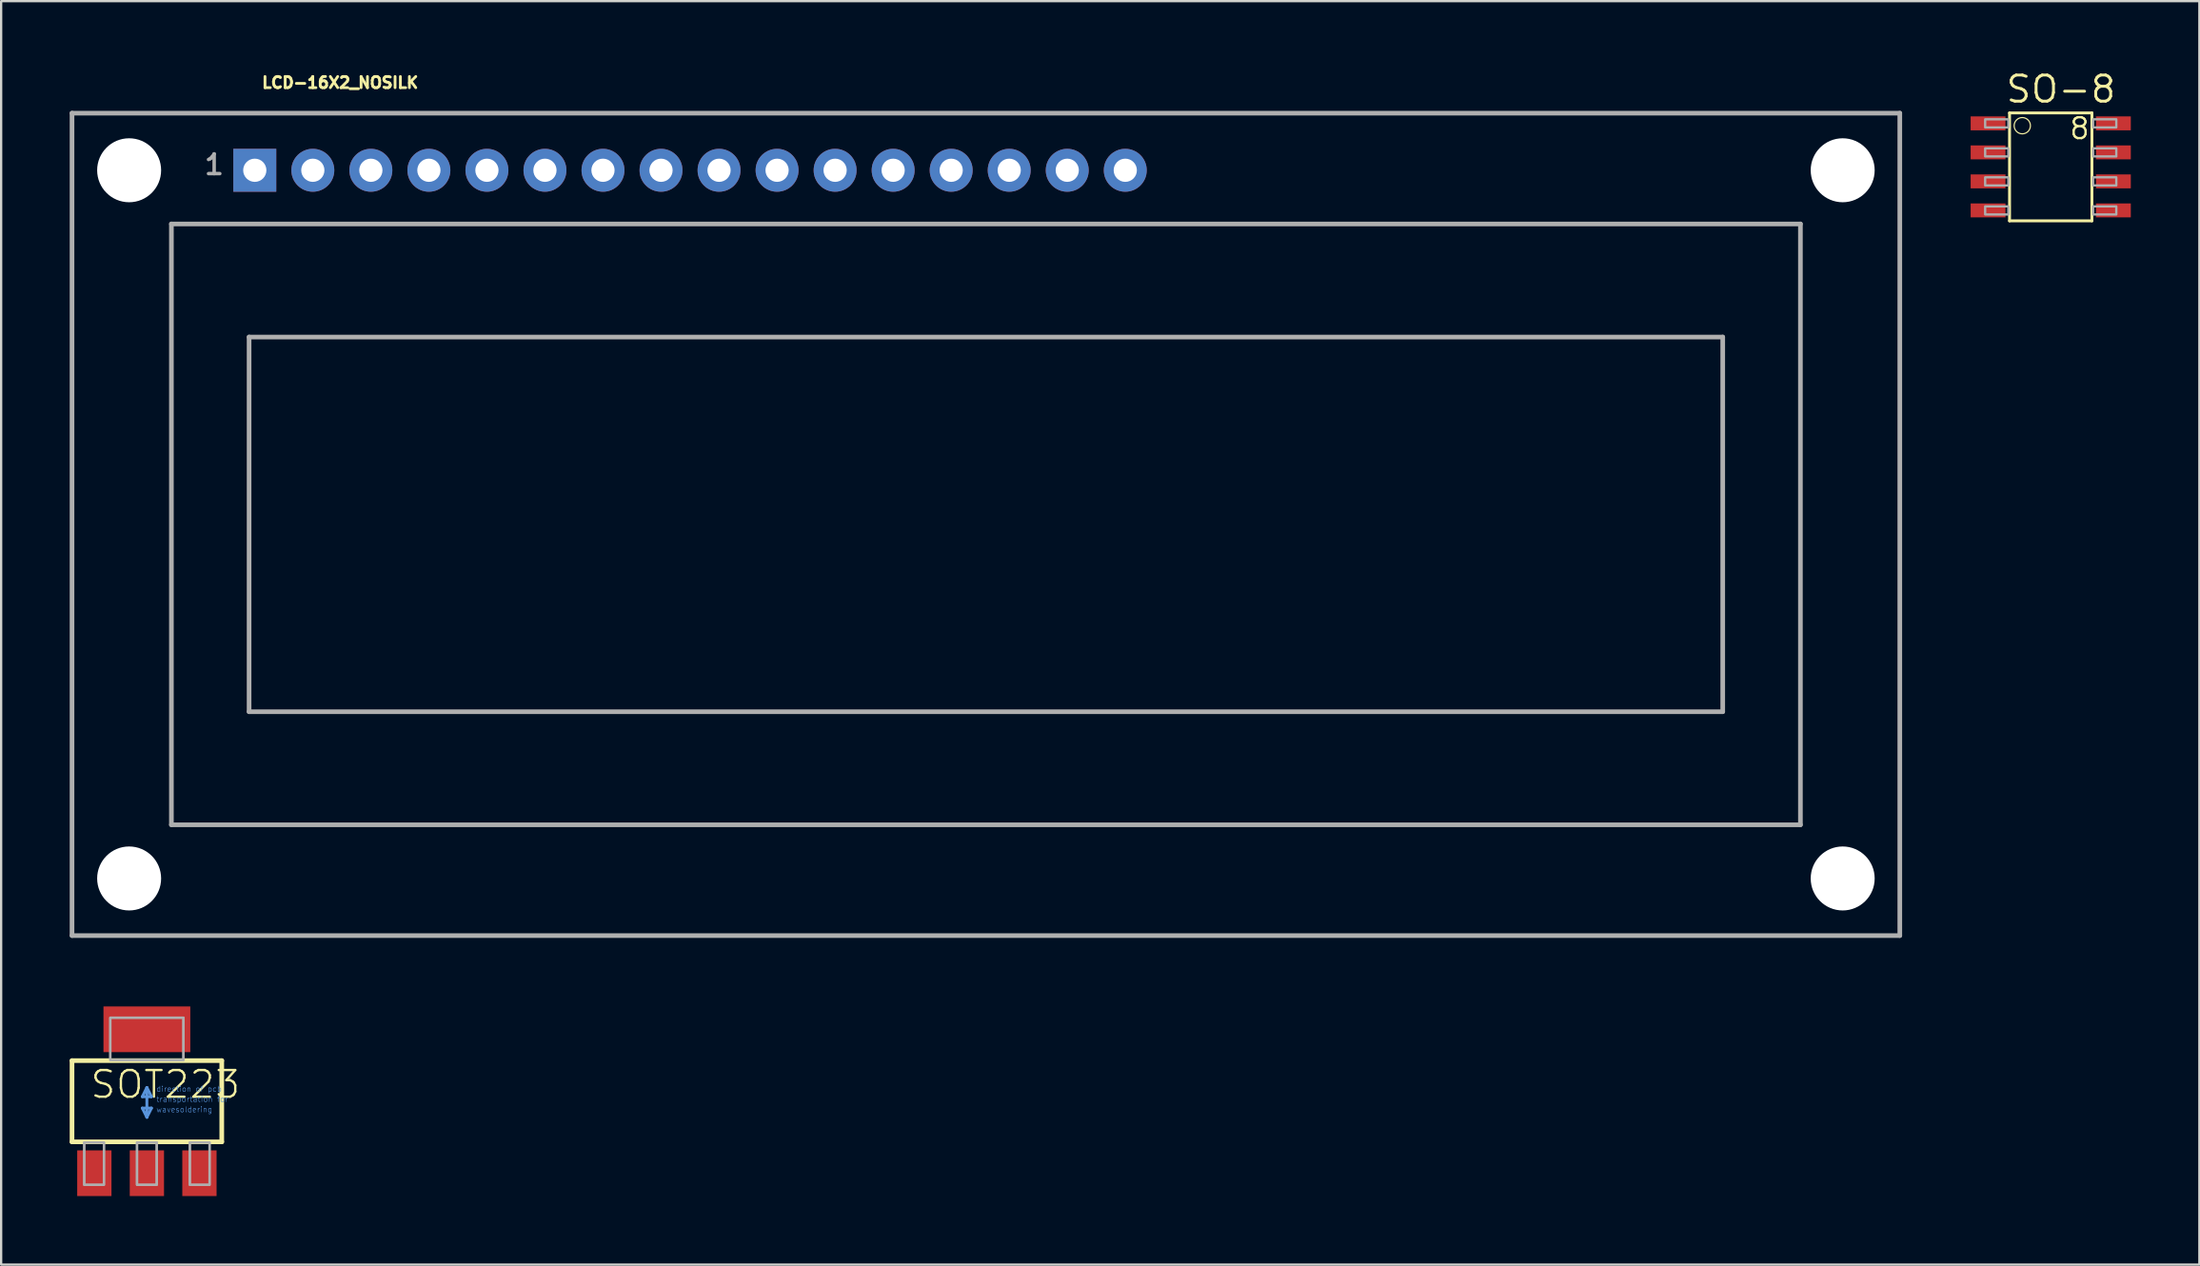
<source format=kicad_pcb>
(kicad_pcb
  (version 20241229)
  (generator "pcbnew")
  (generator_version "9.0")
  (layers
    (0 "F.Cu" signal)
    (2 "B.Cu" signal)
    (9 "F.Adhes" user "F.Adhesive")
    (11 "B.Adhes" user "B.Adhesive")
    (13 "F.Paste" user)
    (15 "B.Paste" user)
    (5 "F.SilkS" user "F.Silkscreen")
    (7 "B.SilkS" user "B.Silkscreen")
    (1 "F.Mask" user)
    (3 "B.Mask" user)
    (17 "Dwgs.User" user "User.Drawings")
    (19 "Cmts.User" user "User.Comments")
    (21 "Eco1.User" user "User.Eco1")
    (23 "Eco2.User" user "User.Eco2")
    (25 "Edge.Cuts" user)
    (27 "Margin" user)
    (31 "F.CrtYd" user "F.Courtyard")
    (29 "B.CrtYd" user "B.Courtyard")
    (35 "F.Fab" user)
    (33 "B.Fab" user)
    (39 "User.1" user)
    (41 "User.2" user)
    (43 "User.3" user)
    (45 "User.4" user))
  (footprint "SO-8"
    (layer "F.Cu")
    (at 86.708 4.255)
    (property "Reference" "SO-8" (at -2.032 -2.731 0) (layer "F.SilkS") (effects (font (size 1.143 1.143) (thickness 0.127)) (justify left bottom)))
    (fp_line (start -1.803 -2.362) (end -1.803 2.362) (stroke (width 0.127) (type solid)) (layer "F.SilkS"))
    (fp_line (start -1.803 2.362) (end 1.803 2.362) (stroke (width 0.127) (type solid)) (layer "F.SilkS"))
    (fp_line (start 1.803 -2.362) (end -1.803 -2.362) (stroke (width 0.127) (type solid)) (layer "F.SilkS"))
    (fp_line (start 1.803 2.362) (end 1.803 -2.362) (stroke (width 0.127) (type solid)) (layer "F.SilkS"))
    (fp_circle (center -1.245 -1.803) (end -0.889 -1.803) (stroke (width 0.051) (type solid)) (fill no) (layer "F.SilkS"))
    (fp_poly (pts (xy -2.87 -1.727) (xy -1.854 -1.727) (xy -1.854 -2.083) (xy -2.87 -2.083)) (stroke (width 0.1) (type default)) (fill no) (layer "F.Fab"))
    (fp_poly (pts (xy -2.87 -0.457) (xy -1.854 -0.457) (xy -1.854 -0.813) (xy -2.87 -0.813)) (stroke (width 0.1) (type default)) (fill no) (layer "F.Fab"))
    (fp_poly (pts (xy -2.87 0.813) (xy -1.854 0.813) (xy -1.854 0.457) (xy -2.87 0.457)) (stroke (width 0.1) (type default)) (fill no) (layer "F.Fab"))
    (fp_poly (pts (xy -2.87 2.083) (xy -1.854 2.083) (xy -1.854 1.727) (xy -2.87 1.727)) (stroke (width 0.1) (type default)) (fill no) (layer "F.Fab"))
    (fp_poly (pts (xy 1.854 -1.727) (xy 2.87 -1.727) (xy 2.87 -2.083) (xy 1.854 -2.083)) (stroke (width 0.1) (type default)) (fill no) (layer "F.Fab"))
    (fp_poly (pts (xy 1.854 -0.457) (xy 2.87 -0.457) (xy 2.87 -0.813) (xy 1.854 -0.813)) (stroke (width 0.1) (type default)) (fill no) (layer "F.Fab"))
    (fp_poly (pts (xy 1.854 0.813) (xy 2.87 0.813) (xy 2.87 0.457) (xy 1.854 0.457)) (stroke (width 0.1) (type default)) (fill no) (layer "F.Fab"))
    (fp_poly (pts (xy 1.854 2.083) (xy 2.87 2.083) (xy 2.87 1.727) (xy 1.854 1.727)) (stroke (width 0.1) (type default)) (fill no) (layer "F.Fab"))
    (fp_text user "8" (at 0.762 -1.143 0) (layer "F.SilkS") (effects (font (size 0.914 0.914) (thickness 0.102)) (justify left bottom)))
    (pad "1" smd rect (at -2.743 -1.905) (size 1.524 0.61) (layers "F.Cu" "F.Mask" "F.Paste"))
    (pad "2" smd rect (at -2.743 -0.635) (size 1.524 0.61) (layers "F.Cu" "F.Mask" "F.Paste"))
    (pad "3" smd rect (at -2.743 0.635) (size 1.524 0.61) (layers "F.Cu" "F.Mask" "F.Paste"))
    (pad "4" smd rect (at -2.743 1.905) (size 1.524 0.61) (layers "F.Cu" "F.Mask" "F.Paste"))
    (pad "5" smd rect (at 2.743 1.905) (size 1.524 0.61) (layers "F.Cu" "F.Mask" "F.Paste"))
    (pad "6" smd rect (at 2.743 0.635) (size 1.524 0.61) (layers "F.Cu" "F.Mask" "F.Paste"))
    (pad "7" smd rect (at 2.743 -0.635) (size 1.524 0.61) (layers "F.Cu" "F.Mask" "F.Paste"))
    (pad "8" smd rect (at 2.743 -1.905) (size 1.524 0.61) (layers "F.Cu" "F.Mask" "F.Paste")))
  (footprint "LCD-16X2_NOSILK"
    (layer "F.Cu")
    (at 40.102 19.903)
    (property "Reference" "LCD-16X2_NOSILK" (at -31.75 -19.05 0) (layer "F.SilkS") (effects (font (size 0.488 0.488) (thickness 0.122)) (justify left bottom)))
    (fp_line (start -40 -18) (end 40 -18) (stroke (width 0.203) (type solid)) (layer "F.Fab"))
    (fp_line (start -40 18) (end -40 -18) (stroke (width 0.203) (type solid)) (layer "F.Fab"))
    (fp_line (start -35.65 -13.15) (end 35.65 -13.15) (stroke (width 0.203) (type solid)) (layer "F.Fab"))
    (fp_line (start -35.65 13.15) (end -35.65 -13.15) (stroke (width 0.203) (type solid)) (layer "F.Fab"))
    (fp_line (start -32.25 -8.2) (end 32.25 -8.2) (stroke (width 0.203) (type solid)) (layer "F.Fab"))
    (fp_line (start -32.25 8.2) (end -32.25 -8.2) (stroke (width 0.203) (type solid)) (layer "F.Fab"))
    (fp_line (start 32.25 -8.2) (end 32.25 8.2) (stroke (width 0.203) (type solid)) (layer "F.Fab"))
    (fp_line (start 32.25 8.2) (end -32.25 8.2) (stroke (width 0.203) (type solid)) (layer "F.Fab"))
    (fp_line (start 35.65 -13.15) (end 35.65 13.15) (stroke (width 0.203) (type solid)) (layer "F.Fab"))
    (fp_line (start 35.65 13.15) (end -35.65 13.15) (stroke (width 0.203) (type solid)) (layer "F.Fab"))
    (fp_line (start 40 -18) (end 40 18) (stroke (width 0.203) (type solid)) (layer "F.Fab"))
    (fp_line (start 40 18) (end -40 18) (stroke (width 0.203) (type solid)) (layer "F.Fab"))
    (fp_text user "1" (at -34.29 -15.24 0) (layer "F.Fab") (effects (font (size 0.864 0.864) (thickness 0.152)) (justify left bottom)))
    (pad "" np_thru_hole circle (at -37.5 -15.5) (size 2.8 2.8) (drill 2.8) (layers "*.Cu" "*.Mask"))
    (pad "" np_thru_hole circle (at -37.5 15.5) (size 2.8 2.8) (drill 2.8) (layers "*.Cu" "*.Mask"))
    (pad "" np_thru_hole circle (at 37.5 -15.5) (size 2.8 2.8) (drill 2.8) (layers "*.Cu" "*.Mask"))
    (pad "" np_thru_hole circle (at 37.5 15.5) (size 2.8 2.8) (drill 2.8) (layers "*.Cu" "*.Mask"))
    (pad "1" thru_hole rect (at -32 -15.5) (size 1.88 1.88) (drill 1.016) (layers "*.Cu" "*.Mask"))
    (pad "2" thru_hole circle (at -29.46 -15.5) (size 1.88 1.88) (drill 1.016) (layers "*.Cu" "*.Mask"))
    (pad "3" thru_hole circle (at -26.92 -15.5) (size 1.88 1.88) (drill 1.016) (layers "*.Cu" "*.Mask"))
    (pad "4" thru_hole circle (at -24.38 -15.5) (size 1.88 1.88) (drill 1.016) (layers "*.Cu" "*.Mask"))
    (pad "5" thru_hole circle (at -21.84 -15.5) (size 1.88 1.88) (drill 1.016) (layers "*.Cu" "*.Mask"))
    (pad "6" thru_hole circle (at -19.3 -15.5) (size 1.88 1.88) (drill 1.016) (layers "*.Cu" "*.Mask"))
    (pad "7" thru_hole circle (at -16.76 -15.5) (size 1.88 1.88) (drill 1.016) (layers "*.Cu" "*.Mask"))
    (pad "8" thru_hole circle (at -14.22 -15.5) (size 1.88 1.88) (drill 1.016) (layers "*.Cu" "*.Mask"))
    (pad "9" thru_hole circle (at -11.68 -15.5) (size 1.88 1.88) (drill 1.016) (layers "*.Cu" "*.Mask"))
    (pad "10" thru_hole circle (at -9.14 -15.5) (size 1.88 1.88) (drill 1.016) (layers "*.Cu" "*.Mask"))
    (pad "11" thru_hole circle (at -6.6 -15.5) (size 1.88 1.88) (drill 1.016) (layers "*.Cu" "*.Mask"))
    (pad "12" thru_hole circle (at -4.06 -15.5) (size 1.88 1.88) (drill 1.016) (layers "*.Cu" "*.Mask"))
    (pad "13" thru_hole circle (at -1.52 -15.5) (size 1.88 1.88) (drill 1.016) (layers "*.Cu" "*.Mask"))
    (pad "14" thru_hole circle (at 1.02 -15.5) (size 1.88 1.88) (drill 1.016) (layers "*.Cu" "*.Mask"))
    (pad "15" thru_hole circle (at 3.56 -15.5) (size 1.88 1.88) (drill 1.016) (layers "*.Cu" "*.Mask"))
    (pad "16" thru_hole circle (at 6.1 -15.5) (size 1.88 1.88) (drill 1.016) (layers "*.Cu" "*.Mask")))
  (footprint "SOT223"
    (layer "F.Cu")
    (at 3.379 45.155)
    (property "Reference" "SOT223" (at -2.54 -0.051 0) (layer "F.SilkS") (effects (font (size 1.168 1.168) (thickness 0.102)) (justify left bottom)))
    (fp_line (start -3.277 -1.778) (end 3.277 -1.778) (stroke (width 0.203) (type solid)) (layer "F.SilkS"))
    (fp_line (start -3.277 1.778) (end -3.277 -1.778) (stroke (width 0.203) (type solid)) (layer "F.SilkS"))
    (fp_line (start 3.277 -1.778) (end 3.277 1.778) (stroke (width 0.203) (type solid)) (layer "F.SilkS"))
    (fp_line (start 3.277 1.778) (end -3.277 1.778) (stroke (width 0.203) (type solid)) (layer "F.SilkS"))
    (fp_line (start -0.2 -0.2) (end 0.2 -0.2) (stroke (width 0.127) (type solid)) (layer "Cmts.User"))
    (fp_line (start -0.2 0.3) (end 0 0.7) (stroke (width 0.127) (type solid)) (layer "Cmts.User"))
    (fp_line (start 0 -0.6) (end -0.2 -0.2) (stroke (width 0.127) (type solid)) (layer "Cmts.User"))
    (fp_line (start 0 0.7) (end 0 -0.6) (stroke (width 0.127) (type solid)) (layer "Cmts.User"))
    (fp_line (start 0 0.7) (end 0.2 0.3) (stroke (width 0.127) (type solid)) (layer "Cmts.User"))
    (fp_line (start 0.2 -0.2) (end 0 -0.6) (stroke (width 0.127) (type solid)) (layer "Cmts.User"))
    (fp_line (start 0.2 0.3) (end -0.2 0.3) (stroke (width 0.127) (type solid)) (layer "Cmts.User"))
    (fp_poly (pts (xy -2.743 1.803) (xy -2.743 3.658) (xy -1.88 3.658) (xy -1.88 1.803)) (stroke (width 0.1) (type default)) (fill no) (layer "F.Fab"))
    (fp_poly (pts (xy -2.743 1.803) (xy -2.743 3.658) (xy -1.88 3.658) (xy -1.88 1.803)) (stroke (width 0.1) (type default)) (fill no) (layer "F.Fab"))
    (fp_poly (pts (xy -1.6 -3.658) (xy -1.6 -1.803) (xy 1.6 -1.803) (xy 1.6 -3.658)) (stroke (width 0.1) (type default)) (fill no) (layer "F.Fab"))
    (fp_poly (pts (xy -1.6 -3.658) (xy -1.6 -1.803) (xy 1.6 -1.803) (xy 1.6 -3.658)) (stroke (width 0.1) (type default)) (fill no) (layer "F.Fab"))
    (fp_poly (pts (xy -0.432 1.803) (xy -0.432 3.658) (xy 0.432 3.658) (xy 0.432 1.803)) (stroke (width 0.1) (type default)) (fill no) (layer "F.Fab"))
    (fp_poly (pts (xy -0.432 1.803) (xy -0.432 3.658) (xy 0.432 3.658) (xy 0.432 1.803)) (stroke (width 0.1) (type default)) (fill no) (layer "F.Fab"))
    (fp_poly (pts (xy 1.88 1.803) (xy 1.88 3.658) (xy 2.743 3.658) (xy 2.743 1.803)) (stroke (width 0.1) (type default)) (fill no) (layer "F.Fab"))
    (fp_poly (pts (xy 1.88 1.803) (xy 1.88 3.658) (xy 2.743 3.658) (xy 2.743 1.803)) (stroke (width 0.1) (type default)) (fill no) (layer "F.Fab"))
    (fp_text user "wavesoldering" (at 0.4 0.5 0) (layer "Cmts.User") (effects (font (size 0.234 0.234) (thickness 0.02)) (justify left bottom)))
    (fp_text user "transportation for" (at 0.4 0.05 0) (layer "Cmts.User") (effects (font (size 0.234 0.234) (thickness 0.02)) (justify left bottom)))
    (fp_text user "direction of pcb" (at 0.4 -0.4 0) (layer "Cmts.User") (effects (font (size 0.234 0.234) (thickness 0.02)) (justify left bottom)))
    (pad "1" smd rect (at -2.3 3.15) (size 1.5 2) (layers "F.Cu" "F.Mask" "F.Paste"))
    (pad "2" smd rect (at 0 3.15) (size 1.5 2) (layers "F.Cu" "F.Mask" "F.Paste"))
    (pad "3" smd rect (at 2.3 3.15) (size 1.5 2) (layers "F.Cu" "F.Mask" "F.Paste"))
    (pad "4" smd rect (at 0 -3.15) (size 3.8 2) (layers "F.Cu" "F.Mask" "F.Paste")))
  (gr_rect
    (start -3 -3)
    (end 93.214 52.305)
    (stroke (width 0.1) (type default))
    (fill no)
    (layer "Edge.Cuts")))
</source>
